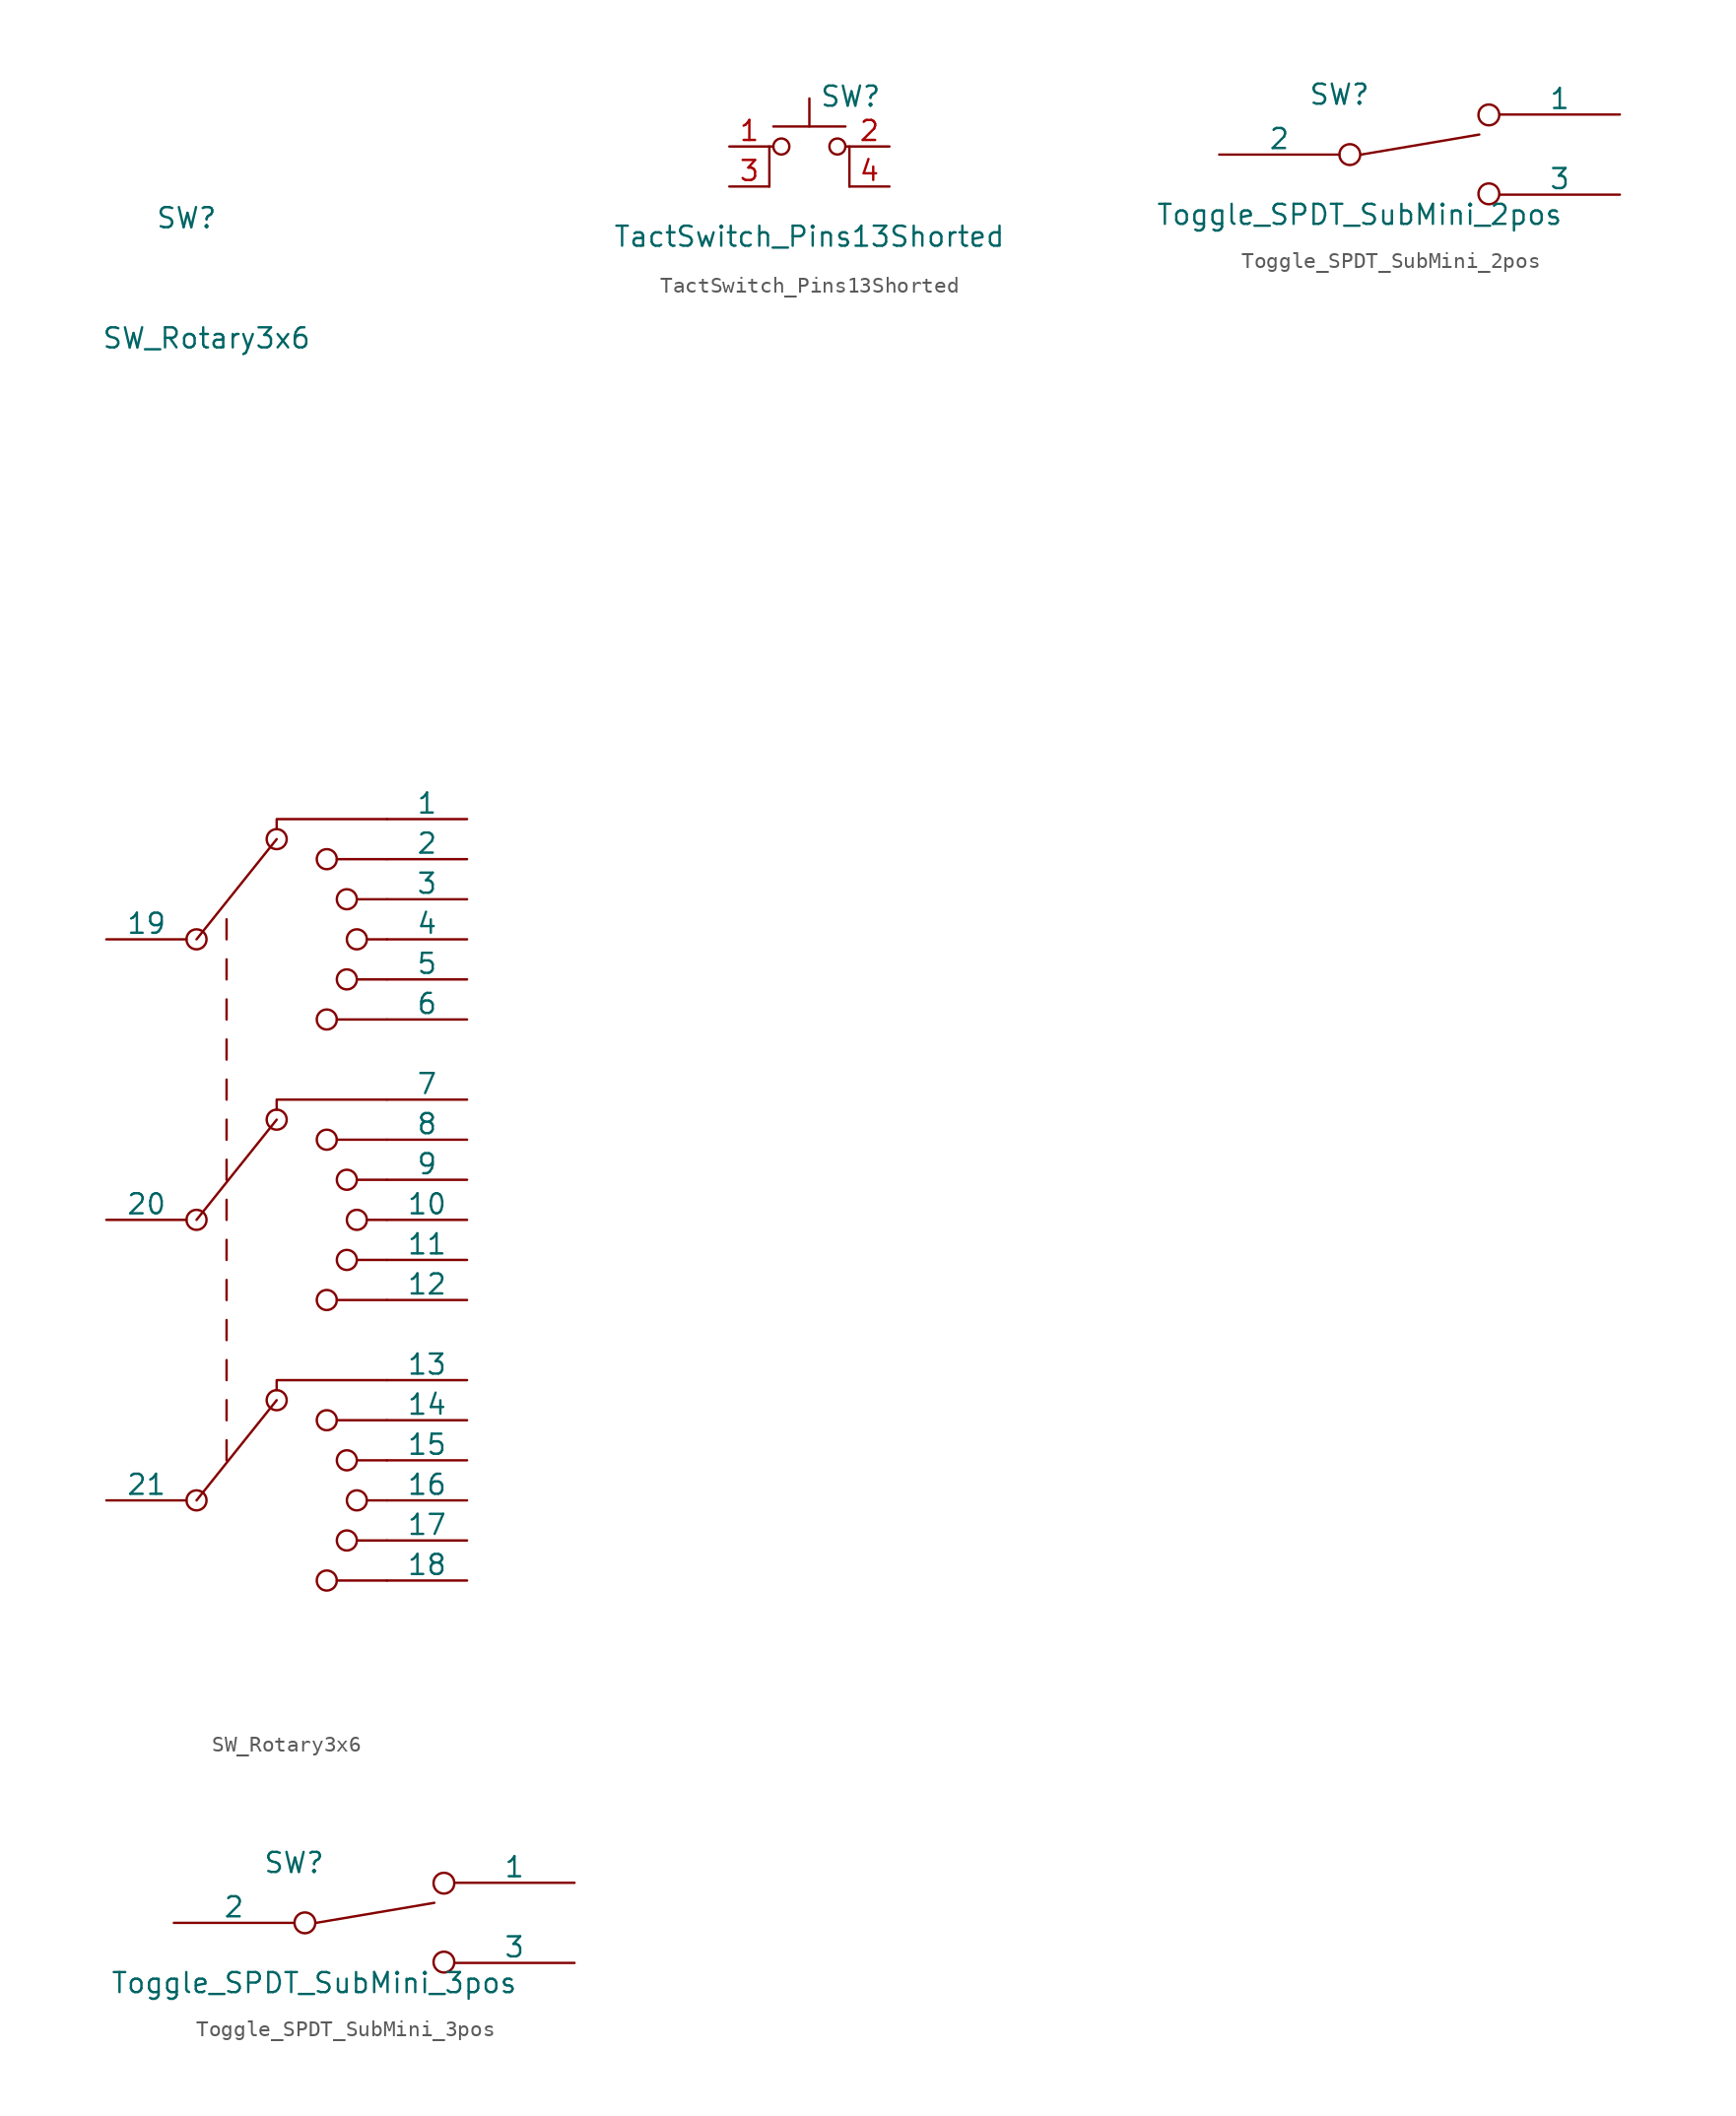
<source format=kicad_sym>
(kicad_symbol_lib
  (version 20241209)
  (generator "kicad_symbol_editor")
  (generator_version "9.0")
  (symbol "SW_Rotary3x6"
    (pin_numbers
      (hide yes))
    (pin_names
      (offset 0))
    (property "Reference" "SW"
      (at -6.35 63.5 0)
      (effects (font (size 1.27 1.27))))
    (property "Value" "SW_Rotary3x6"
      (at -5.08 55.88 0)
      (effects (font (size 1.27 1.27))))
    (symbol "SW_Rotary3x6_0_0"
      (circle (center -5.715 17.78) (radius 0.635) (stroke (width 0) (type default)) (fill (type none)))
      (polyline (pts (xy -5.715 17.78) (xy -0.635 24.13)) (stroke (width 0) (type default)) (fill (type none)))
      (circle (center -5.715 0) (radius 0.635) (stroke (width 0) (type default)) (fill (type none)))
      (polyline (pts (xy -5.715 0) (xy -0.635 6.35)) (stroke (width 0) (type default)) (fill (type none)))
      (circle (center -5.715 -17.78) (radius 0.635) (stroke (width 0) (type default)) (fill (type none)))
      (polyline (pts (xy -5.715 -17.78) (xy -0.635 -11.43)) (stroke (width 0) (type default)) (fill (type none)))
      (polyline (pts (xy -3.81 17.78) (xy -3.81 19.05)) (stroke (width 0) (type default)) (fill (type none)))
      (polyline (pts (xy -3.81 15.24) (xy -3.81 16.51)) (stroke (width 0) (type default)) (fill (type none)))
      (polyline (pts (xy -3.81 12.7) (xy -3.81 13.97)) (stroke (width 0) (type default)) (fill (type none)))
      (polyline (pts (xy -3.81 10.16) (xy -3.81 11.43)) (stroke (width 0) (type default)) (fill (type none)))
      (polyline (pts (xy -3.81 7.62) (xy -3.81 8.89)) (stroke (width 0) (type default)) (fill (type none)))
      (polyline (pts (xy -3.81 5.08) (xy -3.81 6.35)) (stroke (width 0) (type default)) (fill (type none)))
      (polyline (pts (xy -3.81 2.54) (xy -3.81 3.81)) (stroke (width 0) (type default)) (fill (type none)))
      (polyline (pts (xy -3.81 0) (xy -3.81 1.27)) (stroke (width 0) (type default)) (fill (type none)))
      (polyline (pts (xy -3.81 -2.54) (xy -3.81 -1.27)) (stroke (width 0) (type default)) (fill (type none)))
      (polyline (pts (xy -3.81 -5.08) (xy -3.81 -3.81)) (stroke (width 0) (type default)) (fill (type none)))
      (polyline (pts (xy -3.81 -7.62) (xy -3.81 -6.35)) (stroke (width 0) (type default)) (fill (type none)))
      (polyline (pts (xy -3.81 -10.16) (xy -3.81 -8.89)) (stroke (width 0) (type default)) (fill (type none)))
      (polyline (pts (xy -3.81 -12.7) (xy -3.81 -11.43)) (stroke (width 0) (type default)) (fill (type none)))
      (polyline (pts (xy -3.81 -15.24) (xy -3.81 -13.97)) (stroke (width 0) (type default)) (fill (type none)))
      (polyline (pts (xy -0.635 24.765) (xy -0.635 25.4) (xy 6.35 25.4)) (stroke (width 0) (type default)) (fill (type none)))
      (circle (center -0.635 24.13) (radius 0.635) (stroke (width 0) (type default)) (fill (type none)))
      (polyline (pts (xy -0.635 6.985) (xy -0.635 7.62) (xy 6.35 7.62)) (stroke (width 0) (type default)) (fill (type none)))
      (circle (center -0.635 6.35) (radius 0.635) (stroke (width 0) (type default)) (fill (type none)))
      (polyline (pts (xy -0.635 -10.795) (xy -0.635 -10.16) (xy 6.35 -10.16)) (stroke (width 0) (type default)) (fill (type none)))
      (circle (center -0.635 -11.43) (radius 0.635) (stroke (width 0) (type default)) (fill (type none)))
      (circle (center 2.54 22.86) (radius 0.635) (stroke (width 0) (type default)) (fill (type none)))
      (circle (center 2.54 12.7) (radius 0.635) (stroke (width 0) (type default)) (fill (type none)))
      (circle (center 2.54 5.08) (radius 0.635) (stroke (width 0) (type default)) (fill (type none)))
      (circle (center 2.54 -5.08) (radius 0.635) (stroke (width 0) (type default)) (fill (type none)))
      (circle (center 2.54 -12.7) (radius 0.635) (stroke (width 0) (type default)) (fill (type none)))
      (circle (center 2.54 -22.86) (radius 0.635) (stroke (width 0) (type default)) (fill (type none)))
      (polyline (pts (xy 3.175 22.86) (xy 6.35 22.86)) (stroke (width 0) (type default)) (fill (type none)))
      (polyline (pts (xy 3.175 5.08) (xy 6.35 5.08)) (stroke (width 0) (type default)) (fill (type none)))
      (polyline (pts (xy 3.175 -12.7) (xy 6.35 -12.7)) (stroke (width 0) (type default)) (fill (type none)))
      (circle (center 3.81 20.32) (radius 0.635) (stroke (width 0) (type default)) (fill (type none)))
      (circle (center 3.81 15.24) (radius 0.635) (stroke (width 0) (type default)) (fill (type none)))
      (circle (center 3.81 2.54) (radius 0.635) (stroke (width 0) (type default)) (fill (type none)))
      (circle (center 3.81 -2.54) (radius 0.635) (stroke (width 0) (type default)) (fill (type none)))
      (circle (center 3.81 -15.24) (radius 0.635) (stroke (width 0) (type default)) (fill (type none)))
      (circle (center 3.81 -20.32) (radius 0.635) (stroke (width 0) (type default)) (fill (type none)))
      (polyline (pts (xy 4.445 20.32) (xy 6.35 20.32)) (stroke (width 0) (type default)) (fill (type none)))
      (circle (center 4.445 17.78) (radius 0.635) (stroke (width 0) (type default)) (fill (type none)))
      (polyline (pts (xy 4.445 15.24) (xy 6.35 15.24)) (stroke (width 0) (type default)) (fill (type none)))
      (polyline (pts (xy 4.445 2.54) (xy 6.35 2.54)) (stroke (width 0) (type default)) (fill (type none)))
      (circle (center 4.445 0) (radius 0.635) (stroke (width 0) (type default)) (fill (type none)))
      (polyline (pts (xy 4.445 -2.54) (xy 6.35 -2.54)) (stroke (width 0) (type default)) (fill (type none)))
      (polyline (pts (xy 4.445 -15.24) (xy 6.35 -15.24)) (stroke (width 0) (type default)) (fill (type none)))
      (circle (center 4.445 -17.78) (radius 0.635) (stroke (width 0) (type default)) (fill (type none)))
      (polyline (pts (xy 4.445 -20.32) (xy 6.35 -20.32)) (stroke (width 0) (type default)) (fill (type none)))
      (polyline (pts (xy 5.08 17.78) (xy 6.35 17.78)) (stroke (width 0) (type default)) (fill (type none)))
      (polyline (pts (xy 5.08 0) (xy 6.35 0)) (stroke (width 0) (type default)) (fill (type none)))
      (polyline (pts (xy 5.08 -17.78) (xy 6.35 -17.78)) (stroke (width 0) (type default)) (fill (type none)))
      (polyline (pts (xy 6.35 12.7) (xy 3.175 12.7)) (stroke (width 0) (type default)) (fill (type none)))
      (polyline (pts (xy 6.35 -5.08) (xy 3.175 -5.08)) (stroke (width 0) (type default)) (fill (type none)))
      (polyline (pts (xy 6.35 -22.86) (xy 3.175 -22.86)) (stroke (width 0) (type default)) (fill (type none))))
    (symbol "SW_Rotary3x6_0_1"
      (pin passive line (at -11.43 17.78 0) (length 5.08) (name "19" (effects (font (size 1.27 1.27)))) (number "19" (effects (font (size 1.27 1.27)))))
      (pin passive line (at -11.43 0 0) (length 5.08) (name "20" (effects (font (size 1.27 1.27)))) (number "20" (effects (font (size 1.27 1.27)))))
      (pin passive line (at -11.43 -17.78 0) (length 5.08) (name "21" (effects (font (size 1.27 1.27)))) (number "21" (effects (font (size 1.27 1.27)))))
      (pin passive line (at 11.43 25.4 180) (length 5.08) (name "1" (effects (font (size 1.27 1.27)))) (number "1" (effects (font (size 1.27 1.27)))))
      (pin passive line (at 11.43 22.86 180) (length 5.08) (name "2" (effects (font (size 1.27 1.27)))) (number "2" (effects (font (size 1.27 1.27)))))
      (pin passive line (at 11.43 20.32 180) (length 5.08) (name "3" (effects (font (size 1.27 1.27)))) (number "3" (effects (font (size 1.27 1.27)))))
      (pin passive line (at 11.43 17.78 180) (length 5.08) (name "4" (effects (font (size 1.27 1.27)))) (number "4" (effects (font (size 1.27 1.27)))))
      (pin passive line (at 11.43 15.24 180) (length 5.08) (name "5" (effects (font (size 1.27 1.27)))) (number "5" (effects (font (size 1.27 1.27)))))
      (pin passive line (at 11.43 12.7 180) (length 5.08) (name "6" (effects (font (size 1.27 1.27)))) (number "6" (effects (font (size 1.27 1.27)))))
      (pin passive line (at 11.43 7.62 180) (length 5.08) (name "7" (effects (font (size 1.27 1.27)))) (number "7" (effects (font (size 1.27 1.27)))))
      (pin passive line (at 11.43 5.08 180) (length 5.08) (name "8" (effects (font (size 1.27 1.27)))) (number "8" (effects (font (size 1.27 1.27)))))
      (pin passive line (at 11.43 2.54 180) (length 5.08) (name "9" (effects (font (size 1.27 1.27)))) (number "9" (effects (font (size 1.27 1.27)))))
      (pin passive line (at 11.43 0 180) (length 5.08) (name "10" (effects (font (size 1.27 1.27)))) (number "10" (effects (font (size 1.27 1.27)))))
      (pin passive line (at 11.43 -2.54 180) (length 5.08) (name "11" (effects (font (size 1.27 1.27)))) (number "11" (effects (font (size 1.27 1.27)))))
      (pin passive line (at 11.43 -5.08 180) (length 5.08) (name "12" (effects (font (size 1.27 1.27)))) (number "12" (effects (font (size 1.27 1.27)))))
      (pin passive line (at 11.43 -10.16 180) (length 5.08) (name "13" (effects (font (size 1.27 1.27)))) (number "13" (effects (font (size 1.27 1.27)))))
      (pin passive line (at 11.43 -12.7 180) (length 5.08) (name "14" (effects (font (size 1.27 1.27)))) (number "14" (effects (font (size 1.27 1.27)))))
      (pin passive line (at 11.43 -15.24 180) (length 5.08) (name "15" (effects (font (size 1.27 1.27)))) (number "15" (effects (font (size 1.27 1.27)))))
      (pin passive line (at 11.43 -17.78 180) (length 5.08) (name "16" (effects (font (size 1.27 1.27)))) (number "16" (effects (font (size 1.27 1.27)))))
      (pin passive line (at 11.43 -20.32 180) (length 5.08) (name "17" (effects (font (size 1.27 1.27)))) (number "17" (effects (font (size 1.27 1.27)))))
      (pin passive line (at 11.43 -22.86 180) (length 5.08) (name "18" (effects (font (size 1.27 1.27)))) (number "18" (effects (font (size 1.27 1.27)))))))
  (symbol "TactSwitch_Pins13Shorted"
    (pin_names
      (offset 1.016)
      (hide yes))
    (property "Reference" "SW"
      (at 0.635 5.715 0)
      (effects (font (size 1.27 1.27)) (justify left)))
    (property "Value" "TactSwitch_Pins13Shorted"
      (at 0 -3.175 0)
      (effects (font (size 1.27 1.27))))
    (symbol "TactSwitch_Pins13Shorted_0_1"
      (polyline (pts (xy -2.54 0) (xy -2.54 2.54) (xy -2.286 2.54)) (stroke (width 0) (type default)) (fill (type none)))
      (polyline (pts (xy -2.286 3.81) (xy 2.286 3.81)) (stroke (width 0) (type default)) (fill (type none)))
      (circle (center -1.778 2.54) (radius 0.508) (stroke (width 0) (type default)) (fill (type none)))
      (polyline (pts (xy 0 3.81) (xy 0 5.588)) (stroke (width 0) (type default)) (fill (type none)))
      (circle (center 1.778 2.54) (radius 0.508) (stroke (width 0) (type default)) (fill (type none)))
      (polyline (pts (xy 2.54 0) (xy 2.54 2.54) (xy 2.286 2.54)) (stroke (width 0) (type default)) (fill (type none)))
      (pin passive line (at -5.08 2.54 0) (length 2.54) (name "1" (effects (font (size 1.27 1.27)))) (number "1" (effects (font (size 1.27 1.27)))))
      (pin passive line (at -5.08 0 0) (length 2.54) (name "3" (effects (font (size 1.27 1.27)))) (number "3" (effects (font (size 1.27 1.27)))))
      (pin passive line (at 5.08 2.54 180) (length 2.54) (name "2" (effects (font (size 1.27 1.27)))) (number "2" (effects (font (size 1.27 1.27)))))
      (pin passive line (at 5.08 0 180) (length 2.54) (name "4" (effects (font (size 1.27 1.27)))) (number "4" (effects (font (size 1.27 1.27)))))))
  (symbol "Toggle_SPDT_SubMini_2pos"
    (pin_numbers
      (hide yes))
    (pin_names
      (offset 0))
    (property "Reference" "SW"
      (at -5.08 3.81 0)
      (effects (font (size 1.27 1.27))))
    (property "Value" "Toggle_SPDT_SubMini_2pos"
      (at -3.81 -3.81 0)
      (effects (font (size 1.27 1.27))))
    (property "Datasheet" ""
      (at 0 0 0)
      (effects (font (size 1.27 1.27))))
    (property "Manufacturer 3" ""
      (at 0 0 0)
      (effects (font (size 1.27 1.27))))
    (property "Part Number 3" ""
      (at 0 0 0)
      (effects (font (size 1.27 1.27))))
    (symbol "Toggle_SPDT_SubMini_2pos_1_1"
      (circle (center -4.42 0) (radius 0.66) (stroke (width 0) (type default)) (fill (type none)))
      (polyline (pts (xy -3.708 0) (xy 3.785 1.27)) (stroke (width 0) (type default)) (fill (type none)))
      (circle (center 4.394 2.515) (radius 0.66) (stroke (width 0) (type default)) (fill (type none)))
      (circle (center 4.394 -2.489) (radius 0.66) (stroke (width 0) (type default)) (fill (type none)))
      (pin passive line (at -12.7 0 0) (length 7.62) (name "2" (effects (font (size 1.27 1.27)))) (number "2" (effects (font (size 1.27 1.27)))))
      (pin passive line (at 12.7 2.54 180) (length 7.62) (name "1" (effects (font (size 1.27 1.27)))) (number "1" (effects (font (size 1.27 1.27)))))
      (pin passive line (at 12.7 -2.54 180) (length 7.62) (name "3" (effects (font (size 1.27 1.27)))) (number "3" (effects (font (size 1.27 1.27)))))))
  (symbol "Toggle_SPDT_SubMini_3pos"
    (pin_numbers
      (hide yes))
    (pin_names
      (offset 0))
    (property "Reference" "SW"
      (at -5.08 3.81 0)
      (effects (font (size 1.27 1.27))))
    (property "Value" "Toggle_SPDT_SubMini_3pos"
      (at -3.81 -3.81 0)
      (effects (font (size 1.27 1.27))))
    (property "Datasheet" ""
      (at 0 0 0)
      (effects (font (size 1.27 1.27))))
    (symbol "Toggle_SPDT_SubMini_3pos_0_1"
      (circle (center -4.394 0) (radius 0.66) (stroke (width 0) (type default)) (fill (type none)))
      (polyline (pts (xy -3.683 0) (xy 3.81 1.27)) (stroke (width 0) (type default)) (fill (type none)))
      (circle (center 4.42 2.515) (radius 0.66) (stroke (width 0) (type default)) (fill (type none)))
      (circle (center 4.42 -2.489) (radius 0.66) (stroke (width 0) (type default)) (fill (type none))))
    (symbol "Toggle_SPDT_SubMini_3pos_1_1"
      (pin passive line (at -12.7 0 0) (length 7.62) (name "2" (effects (font (size 1.27 1.27)))) (number "2" (effects (font (size 1.27 1.27)))))
      (pin passive line (at 12.7 2.54 180) (length 7.62) (name "1" (effects (font (size 1.27 1.27)))) (number "1" (effects (font (size 1.27 1.27)))))
      (pin passive line (at 12.7 -2.54 180) (length 7.62) (name "3" (effects (font (size 1.27 1.27)))) (number "3" (effects (font (size 1.27 1.27))))))))
</source>
